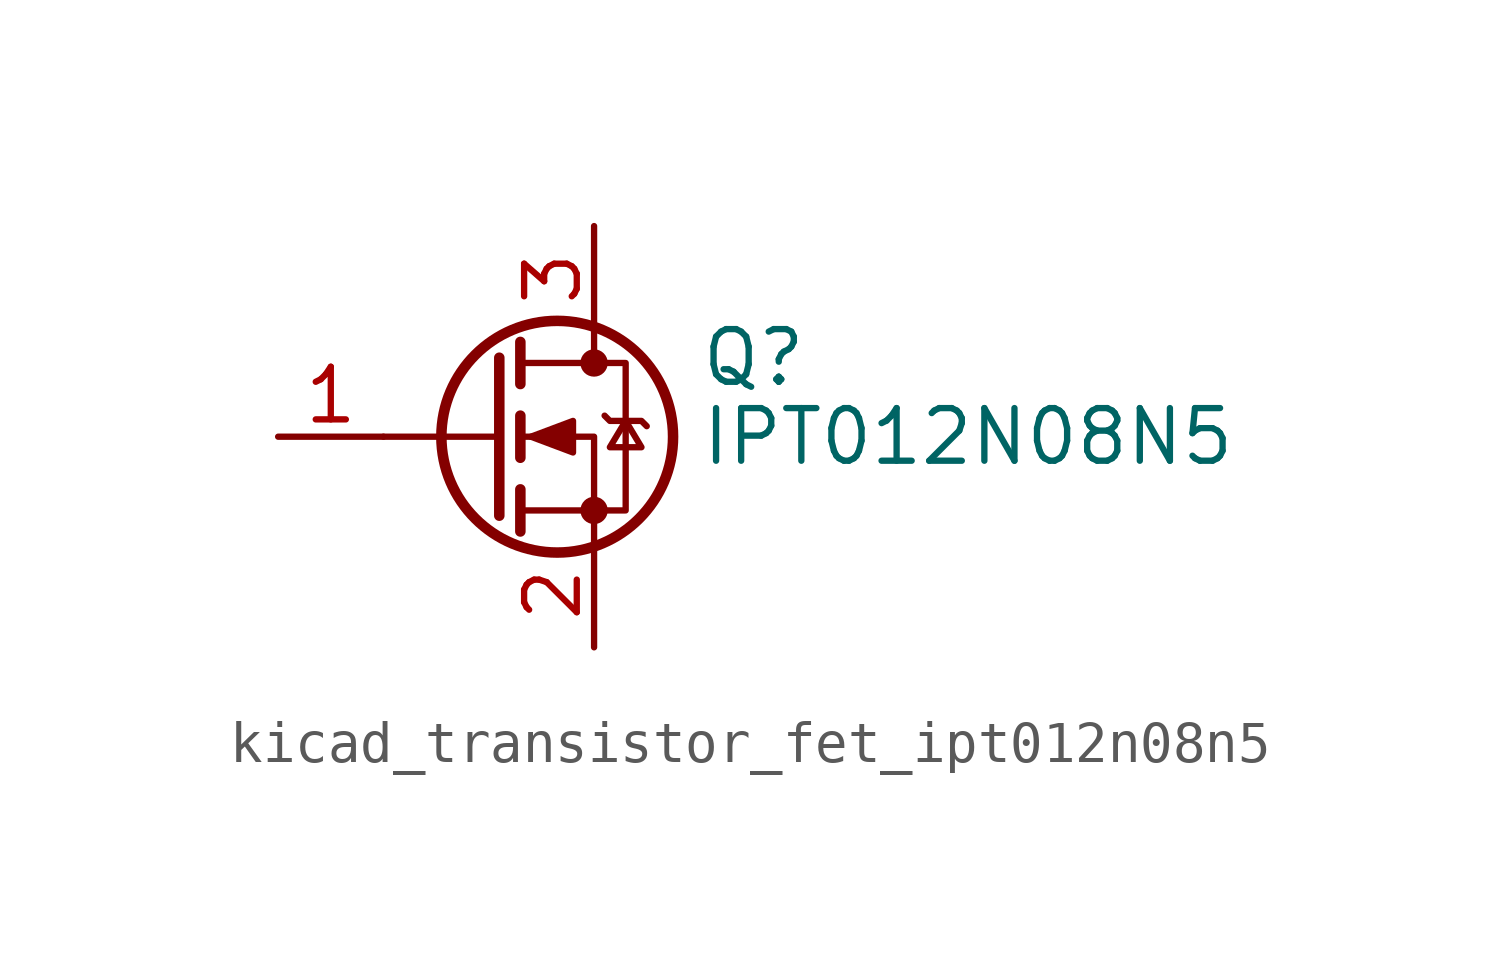
<source format=kicad_sym>
(kicad_symbol_lib
  (version 20220914)
  (generator kicad_symbol_editor)
  (symbol "kicad_transistor_fet_ipt012n08n5"
    (pin_names hide)
    (property "Reference" "Q"
      (at 5.08 1.905 0)
      (effects (font (size 1.27 1.27)) (justify left)))
    (property "Value" "IPT012N08N5"
      (at 5.08 0 0)
      (effects (font (size 1.27 1.27)) (justify left)))
    (symbol "kicad_transistor_fet_ipt012n08n5_0_1"
      (polyline (pts (xy 0.254 0) (xy -2.54 0)) (stroke (width 0) (type default)) (fill (type none)))
      (polyline (pts (xy 0.254 1.905) (xy 0.254 -1.905)) (stroke (width 0.254) (type default)) (fill (type none)))
      (polyline (pts (xy 0.762 -1.27) (xy 0.762 -2.286)) (stroke (width 0.254) (type default)) (fill (type none)))
      (polyline (pts (xy 0.762 0.508) (xy 0.762 -0.508)) (stroke (width 0.254) (type default)) (fill (type none)))
      (polyline (pts (xy 0.762 2.286) (xy 0.762 1.27)) (stroke (width 0.254) (type default)) (fill (type none)))
      (polyline (pts (xy 2.54 2.54) (xy 2.54 1.778)) (stroke (width 0) (type default)) (fill (type none)))
      (polyline (pts (xy 2.54 -2.54) (xy 2.54 0) (xy 0.762 0)) (stroke (width 0) (type default)) (fill (type none)))
      (polyline (pts (xy 0.762 -1.778) (xy 3.302 -1.778) (xy 3.302 1.778) (xy 0.762 1.778)) (stroke (width 0) (type default)) (fill (type none)))
      (polyline (pts (xy 1.016 0) (xy 2.032 0.381) (xy 2.032 -0.381) (xy 1.016 0)) (stroke (width 0) (type default)) (fill (type outline)))
      (polyline (pts (xy 2.794 0.508) (xy 2.921 0.381) (xy 3.683 0.381) (xy 3.81 0.254)) (stroke (width 0) (type default)) (fill (type none)))
      (polyline (pts (xy 3.302 0.381) (xy 2.921 -0.254) (xy 3.683 -0.254) (xy 3.302 0.381)) (stroke (width 0) (type default)) (fill (type none)))
      (circle (center 1.651 0) (radius 2.794) (stroke (width 0.254) (type default)) (fill (type none)))
      (circle (center 2.54 -1.778) (radius 0.254) (stroke (width 0) (type default)) (fill (type outline)))
      (circle (center 2.54 1.778) (radius 0.254) (stroke (width 0) (type default)) (fill (type outline))))
    (symbol "kicad_transistor_fet_ipt012n08n5_1_1"
      (pin input line (at -5.08 0 0) (length 2.54) (name "G" (effects (font (size 1.27 1.27)))) (number "1" (effects (font (size 1.27 1.27)))))
      (pin passive line (at 2.54 -5.08 90) (length 2.54) (name "S" (effects (font (size 1.27 1.27)))) (number "2" (effects (font (size 1.27 1.27)))))
      (pin passive line (at 2.54 5.08 270) (length 2.54) (name "D" (effects (font (size 1.27 1.27)))) (number "3" (effects (font (size 1.27 1.27))))))))
</source>
